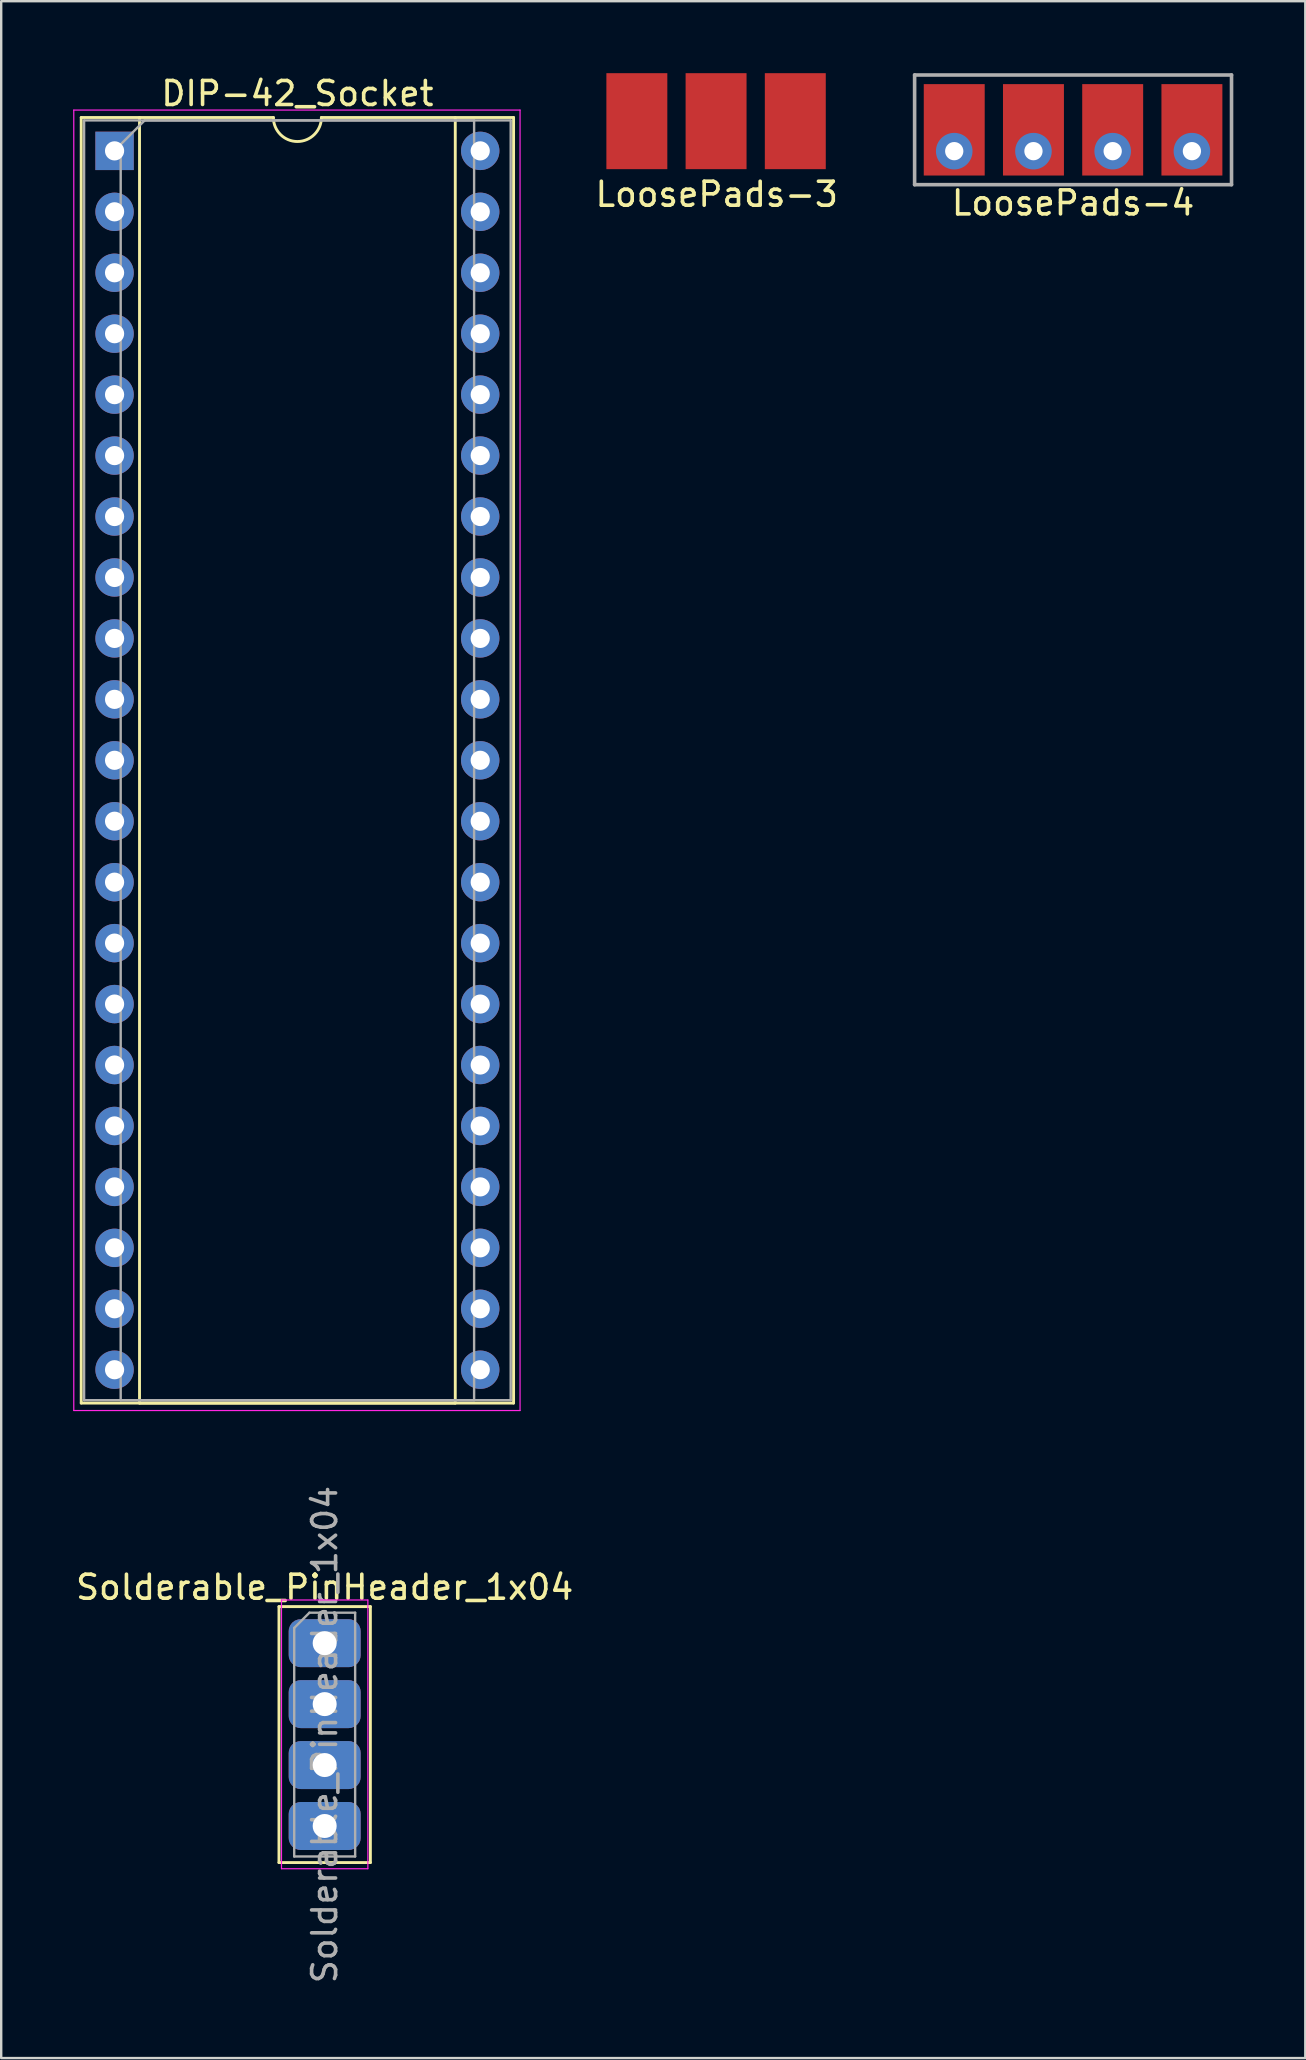
<source format=kicad_pcb>
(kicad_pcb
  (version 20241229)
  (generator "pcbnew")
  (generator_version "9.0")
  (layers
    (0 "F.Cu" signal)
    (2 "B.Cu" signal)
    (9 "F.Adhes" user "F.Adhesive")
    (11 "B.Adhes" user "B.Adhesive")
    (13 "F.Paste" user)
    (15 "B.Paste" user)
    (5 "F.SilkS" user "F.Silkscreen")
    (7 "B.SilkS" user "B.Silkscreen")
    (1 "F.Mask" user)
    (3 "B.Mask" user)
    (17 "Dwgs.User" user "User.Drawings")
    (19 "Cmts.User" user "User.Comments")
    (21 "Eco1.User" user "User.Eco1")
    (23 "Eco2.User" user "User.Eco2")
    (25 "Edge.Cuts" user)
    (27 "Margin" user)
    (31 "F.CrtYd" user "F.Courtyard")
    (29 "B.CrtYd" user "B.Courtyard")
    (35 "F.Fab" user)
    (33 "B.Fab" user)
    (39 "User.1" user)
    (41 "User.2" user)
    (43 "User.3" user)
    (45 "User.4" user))
  (footprint "LoosePads-4"
    (layer "F.Cu")
    (at 40.023 2.361)
    (property "Reference" "LoosePads-4" (at 1.651 3.048 0) (layer "F.SilkS") (effects (font (size 1 1) (thickness 0.15))))
    (attr through_hole)
    (fp_line (start -4.953 -2.286) (end -4.953 2.286) (stroke (width 0.15) (type solid)) (layer "F.Fab"))
    (fp_line (start -4.953 2.286) (end 8.255 2.286) (stroke (width 0.15) (type solid)) (layer "F.Fab"))
    (fp_line (start 8.255 -2.286) (end -4.953 -2.286) (stroke (width 0.15) (type solid)) (layer "F.Fab"))
    (fp_line (start 8.255 2.286) (end 8.255 -2.286) (stroke (width 0.15) (type solid)) (layer "F.Fab"))
    (pad "1" smd rect (at -3.302 0 90) (size 3.81 2.54) (layers "F.Cu" "F.Mask"))
    (pad "1" thru_hole circle (at -3.302 0.889) (size 1.524 1.524) (drill 0.762) (layers "*.Cu" "*.Mask"))
    (pad "2" smd rect (at 0 0 90) (size 3.81 2.54) (layers "F.Cu" "F.Mask"))
    (pad "2" thru_hole circle (at 0 0.889) (size 1.524 1.524) (drill 0.762) (layers "*.Cu" "*.Mask"))
    (pad "3" smd rect (at 3.302 0 90) (size 3.81 2.54) (layers "F.Cu" "F.Mask"))
    (pad "3" thru_hole circle (at 3.302 0.889) (size 1.524 1.524) (drill 0.762) (layers "*.Cu" "*.Mask"))
    (pad "4" smd rect (at 6.604 0 90) (size 3.81 2.54) (layers "F.Cu" "F.Mask"))
    (pad "4" thru_hole circle (at 6.604 0.889) (size 1.524 1.524) (drill 0.762) (layers "*.Cu" "*.Mask")))
  (footprint "Solderable_PinHeader_1x04"
    (layer "F.Cu")
    (at 10.482 65.435)
    (property "Reference" "Solderable_PinHeader_1x04" (at 0 -2.33 0) (layer "F.SilkS") (effects (font (size 1 1) (thickness 0.15))))
    (attr through_hole)
    (fp_line (start -1.905 -1.524) (end -1.905 9.144) (stroke (width 0.12) (type solid)) (layer "F.SilkS"))
    (fp_line (start -1.905 -1.524) (end 1.905 -1.524) (stroke (width 0.12) (type solid)) (layer "F.SilkS"))
    (fp_line (start -1.905 9.144) (end 1.905 9.144) (stroke (width 0.12) (type solid)) (layer "F.SilkS"))
    (fp_line (start 1.905 -1.524) (end 1.905 9.144) (stroke (width 0.12) (type solid)) (layer "F.SilkS"))
    (fp_line (start -1.8 -1.8) (end -1.8 9.4) (stroke (width 0.05) (type solid)) (layer "F.CrtYd"))
    (fp_line (start -1.8 9.4) (end 1.8 9.4) (stroke (width 0.05) (type solid)) (layer "F.CrtYd"))
    (fp_line (start 1.8 -1.8) (end -1.8 -1.8) (stroke (width 0.05) (type solid)) (layer "F.CrtYd"))
    (fp_line (start 1.8 9.4) (end 1.8 -1.8) (stroke (width 0.05) (type solid)) (layer "F.CrtYd"))
    (fp_line (start -1.27 -0.635) (end -0.635 -1.27) (stroke (width 0.1) (type solid)) (layer "F.Fab"))
    (fp_line (start -1.27 8.89) (end -1.27 -0.635) (stroke (width 0.1) (type solid)) (layer "F.Fab"))
    (fp_line (start -0.635 -1.27) (end 1.27 -1.27) (stroke (width 0.1) (type solid)) (layer "F.Fab"))
    (fp_line (start 1.27 -1.27) (end 1.27 8.89) (stroke (width 0.1) (type solid)) (layer "F.Fab"))
    (fp_line (start 1.27 8.89) (end -1.27 8.89) (stroke (width 0.1) (type solid)) (layer "F.Fab"))
    (fp_text user "${REFERENCE}" (at 0 3.81 90) (layer "F.Fab") (effects (font (size 1 1) (thickness 0.15))))
    (pad "1" thru_hole roundrect (at 0 0) (size 3 2) (drill 1) (layers "*.Cu" "*.Mask") (roundrect_rratio 0.25))
    (pad "2" thru_hole roundrect (at 0 2.54) (size 3 2) (drill 1) (layers "*.Cu" "*.Mask") (roundrect_rratio 0.25))
    (pad "3" thru_hole roundrect (at 0 5.08) (size 3 2) (drill 1) (layers "*.Cu" "*.Mask") (roundrect_rratio 0.25))
    (pad "4" thru_hole roundrect (at 0 7.62) (size 3 2) (drill 1) (layers "*.Cu" "*.Mask") (roundrect_rratio 0.25)))
  (footprint "DIP-42_Socket"
    (layer "F.Cu")
    (at 1.725 3.238)
    (property "Reference" "DIP-42_Socket" (at 7.62 -2.39 0) (layer "F.SilkS") (effects (font (size 1 1) (thickness 0.15))))
    (attr through_hole)
    (fp_line (start -1.39 -1.39) (end -1.39 52.19) (stroke (width 0.12) (type solid)) (layer "F.SilkS"))
    (fp_line (start -1.39 52.19) (end 16.63 52.19) (stroke (width 0.12) (type solid)) (layer "F.SilkS"))
    (fp_line (start 1.04 -1.39) (end 1.04 52.19) (stroke (width 0.12) (type solid)) (layer "F.SilkS"))
    (fp_line (start 1.04 52.19) (end 14.2 52.19) (stroke (width 0.12) (type solid)) (layer "F.SilkS"))
    (fp_line (start 6.62 -1.39) (end -1.39 -1.39) (stroke (width 0.12) (type solid)) (layer "F.SilkS"))
    (fp_line (start 14.2 52.19) (end 14.2 -1.39) (stroke (width 0.12) (type solid)) (layer "F.SilkS"))
    (fp_line (start 16.63 -1.39) (end 8.62 -1.39) (stroke (width 0.12) (type solid)) (layer "F.SilkS"))
    (fp_line (start 16.63 52.19) (end 16.63 -1.39) (stroke (width 0.12) (type solid)) (layer "F.SilkS"))
    (fp_arc (start 8.62 -1.39) (mid 7.62 -0.39) (end 6.62 -1.39) (stroke (width 0.12) (type solid)) (layer "F.SilkS"))
    (fp_line (start -1.7 -1.7) (end -1.7 52.5) (stroke (width 0.05) (type solid)) (layer "F.CrtYd"))
    (fp_line (start -1.7 52.5) (end 16.9 52.5) (stroke (width 0.05) (type solid)) (layer "F.CrtYd"))
    (fp_line (start 16.9 -1.7) (end -1.7 -1.7) (stroke (width 0.05) (type solid)) (layer "F.CrtYd"))
    (fp_line (start 16.9 52.5) (end 16.9 -1.7) (stroke (width 0.05) (type solid)) (layer "F.CrtYd"))
    (fp_line (start -1.27 -1.27) (end -1.27 52.07) (stroke (width 0.1) (type solid)) (layer "F.Fab"))
    (fp_line (start -1.27 52.07) (end 16.51 52.07) (stroke (width 0.1) (type solid)) (layer "F.Fab"))
    (fp_line (start 0.255 -0.27) (end 1.255 -1.27) (stroke (width 0.1) (type solid)) (layer "F.Fab"))
    (fp_line (start 0.255 52.07) (end 0.255 -0.27) (stroke (width 0.1) (type solid)) (layer "F.Fab"))
    (fp_line (start 1.255 -1.27) (end 14.985 -1.27) (stroke (width 0.1) (type solid)) (layer "F.Fab"))
    (fp_line (start 14.985 -1.27) (end 14.985 52.07) (stroke (width 0.1) (type solid)) (layer "F.Fab"))
    (fp_line (start 14.985 52.07) (end 0.255 52.07) (stroke (width 0.1) (type solid)) (layer "F.Fab"))
    (fp_line (start 16.51 -1.27) (end -1.27 -1.27) (stroke (width 0.1) (type solid)) (layer "F.Fab"))
    (fp_line (start 16.51 52.07) (end 16.51 -1.27) (stroke (width 0.1) (type solid)) (layer "F.Fab"))
    (pad "1" thru_hole rect (at 0 0) (size 1.6 1.6) (drill 0.8) (layers "*.Cu" "*.Mask"))
    (pad "2" thru_hole oval (at 0 2.54) (size 1.6 1.6) (drill 0.8) (layers "*.Cu" "*.Mask"))
    (pad "3" thru_hole oval (at 0 5.08) (size 1.6 1.6) (drill 0.8) (layers "*.Cu" "*.Mask"))
    (pad "4" thru_hole oval (at 0 7.62) (size 1.6 1.6) (drill 0.8) (layers "*.Cu" "*.Mask"))
    (pad "5" thru_hole oval (at 0 10.16) (size 1.6 1.6) (drill 0.8) (layers "*.Cu" "*.Mask"))
    (pad "6" thru_hole oval (at 0 12.7) (size 1.6 1.6) (drill 0.8) (layers "*.Cu" "*.Mask"))
    (pad "7" thru_hole oval (at 0 15.24) (size 1.6 1.6) (drill 0.8) (layers "*.Cu" "*.Mask"))
    (pad "8" thru_hole oval (at 0 17.78) (size 1.6 1.6) (drill 0.8) (layers "*.Cu" "*.Mask"))
    (pad "9" thru_hole oval (at 0 20.32) (size 1.6 1.6) (drill 0.8) (layers "*.Cu" "*.Mask"))
    (pad "10" thru_hole oval (at 0 22.86) (size 1.6 1.6) (drill 0.8) (layers "*.Cu" "*.Mask"))
    (pad "11" thru_hole oval (at 0 25.4) (size 1.6 1.6) (drill 0.8) (layers "*.Cu" "*.Mask"))
    (pad "12" thru_hole oval (at 0 27.94) (size 1.6 1.6) (drill 0.8) (layers "*.Cu" "*.Mask"))
    (pad "13" thru_hole oval (at 0 30.48) (size 1.6 1.6) (drill 0.8) (layers "*.Cu" "*.Mask"))
    (pad "14" thru_hole oval (at 0 33.02) (size 1.6 1.6) (drill 0.8) (layers "*.Cu" "*.Mask"))
    (pad "15" thru_hole oval (at 0 35.56) (size 1.6 1.6) (drill 0.8) (layers "*.Cu" "*.Mask"))
    (pad "16" thru_hole oval (at 0 38.1) (size 1.6 1.6) (drill 0.8) (layers "*.Cu" "*.Mask"))
    (pad "17" thru_hole oval (at 0 40.64) (size 1.6 1.6) (drill 0.8) (layers "*.Cu" "*.Mask"))
    (pad "18" thru_hole oval (at 0 43.18) (size 1.6 1.6) (drill 0.8) (layers "*.Cu" "*.Mask"))
    (pad "19" thru_hole oval (at 0 45.72) (size 1.6 1.6) (drill 0.8) (layers "*.Cu" "*.Mask"))
    (pad "20" thru_hole oval (at 0 48.26) (size 1.6 1.6) (drill 0.8) (layers "*.Cu" "*.Mask"))
    (pad "21" thru_hole oval (at 0 50.8) (size 1.6 1.6) (drill 0.8) (layers "*.Cu" "*.Mask"))
    (pad "22" thru_hole oval (at 15.24 50.8) (size 1.6 1.6) (drill 0.8) (layers "*.Cu" "*.Mask"))
    (pad "23" thru_hole oval (at 15.24 48.26) (size 1.6 1.6) (drill 0.8) (layers "*.Cu" "*.Mask"))
    (pad "24" thru_hole oval (at 15.24 45.72) (size 1.6 1.6) (drill 0.8) (layers "*.Cu" "*.Mask"))
    (pad "25" thru_hole oval (at 15.24 43.18) (size 1.6 1.6) (drill 0.8) (layers "*.Cu" "*.Mask"))
    (pad "26" thru_hole oval (at 15.24 40.64) (size 1.6 1.6) (drill 0.8) (layers "*.Cu" "*.Mask"))
    (pad "27" thru_hole oval (at 15.24 38.1) (size 1.6 1.6) (drill 0.8) (layers "*.Cu" "*.Mask"))
    (pad "28" thru_hole oval (at 15.24 35.56) (size 1.6 1.6) (drill 0.8) (layers "*.Cu" "*.Mask"))
    (pad "29" thru_hole oval (at 15.24 33.02) (size 1.6 1.6) (drill 0.8) (layers "*.Cu" "*.Mask"))
    (pad "30" thru_hole oval (at 15.24 30.48) (size 1.6 1.6) (drill 0.8) (layers "*.Cu" "*.Mask"))
    (pad "31" thru_hole oval (at 15.24 27.94) (size 1.6 1.6) (drill 0.8) (layers "*.Cu" "*.Mask"))
    (pad "32" thru_hole oval (at 15.24 25.4) (size 1.6 1.6) (drill 0.8) (layers "*.Cu" "*.Mask"))
    (pad "33" thru_hole oval (at 15.24 22.86) (size 1.6 1.6) (drill 0.8) (layers "*.Cu" "*.Mask"))
    (pad "34" thru_hole oval (at 15.24 20.32) (size 1.6 1.6) (drill 0.8) (layers "*.Cu" "*.Mask"))
    (pad "35" thru_hole oval (at 15.24 17.78) (size 1.6 1.6) (drill 0.8) (layers "*.Cu" "*.Mask"))
    (pad "36" thru_hole oval (at 15.24 15.24) (size 1.6 1.6) (drill 0.8) (layers "*.Cu" "*.Mask"))
    (pad "37" thru_hole oval (at 15.24 12.7) (size 1.6 1.6) (drill 0.8) (layers "*.Cu" "*.Mask"))
    (pad "38" thru_hole oval (at 15.24 10.16) (size 1.6 1.6) (drill 0.8) (layers "*.Cu" "*.Mask"))
    (pad "39" thru_hole oval (at 15.24 7.62) (size 1.6 1.6) (drill 0.8) (layers "*.Cu" "*.Mask"))
    (pad "40" thru_hole oval (at 15.24 5.08) (size 1.6 1.6) (drill 0.8) (layers "*.Cu" "*.Mask"))
    (pad "41" thru_hole oval (at 15.24 2.54) (size 1.6 1.6) (drill 0.8) (layers "*.Cu" "*.Mask"))
    (pad "42" thru_hole oval (at 15.24 0) (size 1.6 1.6) (drill 0.8) (layers "*.Cu" "*.Mask")))
  (footprint "LoosePads-3"
    (layer "F.Cu")
    (at 26.823 2)
    (property "Reference" "LoosePads-3" (at 0 3.048 0) (layer "F.SilkS") (effects (font (size 1 1) (thickness 0.15))))
    (attr through_hole)
    (pad "1" smd rect (at -3.33 0 90) (size 4 2.54) (layers "F.Cu" "F.Mask"))
    (pad "2" smd rect (at -0.028 0 90) (size 4 2.54) (layers "F.Cu" "F.Mask"))
    (pad "3" smd rect (at 3.274 0 90) (size 4 2.54) (layers "F.Cu" "F.Mask")))
  (gr_rect
    (start -3 -3)
    (end 51.353 82.728)
    (stroke (width 0.1) (type default))
    (fill no)
    (layer "Edge.Cuts")))
</source>
